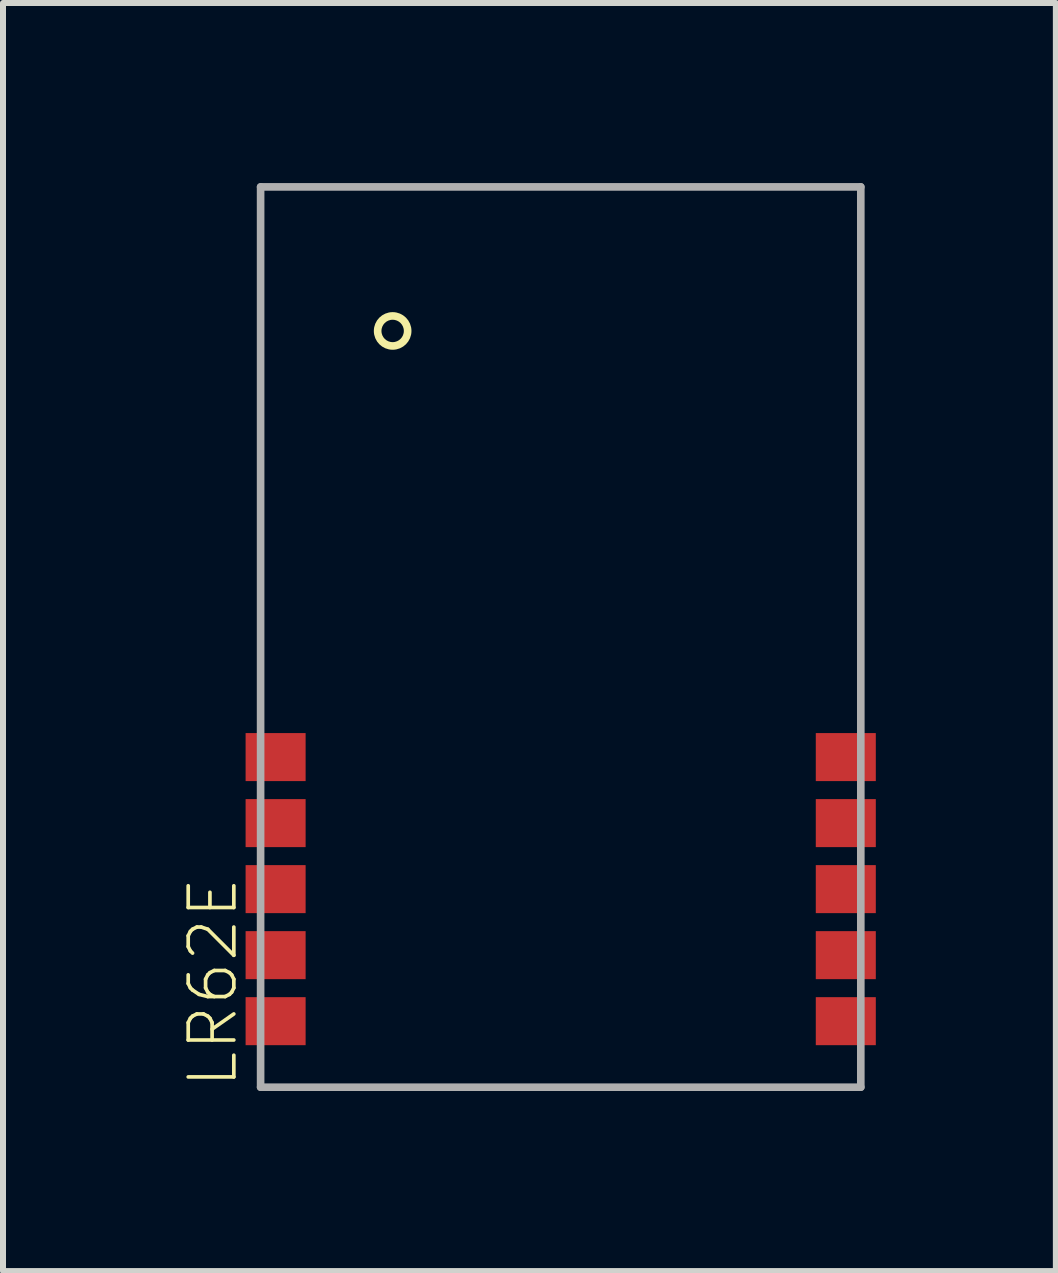
<source format=kicad_pcb>
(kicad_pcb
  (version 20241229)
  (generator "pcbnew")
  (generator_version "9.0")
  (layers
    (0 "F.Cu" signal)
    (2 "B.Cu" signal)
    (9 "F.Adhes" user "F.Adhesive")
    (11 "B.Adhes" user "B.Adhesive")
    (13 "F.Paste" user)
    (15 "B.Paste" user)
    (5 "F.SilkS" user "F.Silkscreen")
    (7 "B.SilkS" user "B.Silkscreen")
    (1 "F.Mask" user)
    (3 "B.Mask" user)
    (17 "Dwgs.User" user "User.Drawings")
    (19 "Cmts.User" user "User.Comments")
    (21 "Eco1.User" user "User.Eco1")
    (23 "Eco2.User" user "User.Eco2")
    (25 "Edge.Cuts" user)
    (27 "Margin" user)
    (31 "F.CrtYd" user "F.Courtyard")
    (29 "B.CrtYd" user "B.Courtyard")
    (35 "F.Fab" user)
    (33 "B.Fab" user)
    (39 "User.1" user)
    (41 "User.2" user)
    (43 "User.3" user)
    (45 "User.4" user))
  (footprint "LR62E"
    (layer "F.Cu")
    (at 6.292 7.564)
    (property "Reference" "LR62E" (at -5.35 7.55 90) (layer "F.SilkS") (effects (font (size 0.76 0.76) (thickness 0.061)) (justify left bottom)))
    (attr through_hole)
    (fp_circle (center -2.8 -5.1) (end -2.55 -5.1) (stroke (width 0.127) (type solid)) (fill no) (layer "F.SilkS"))
    (fp_line (start -5 -7.5) (end -5 7.5) (stroke (width 0.127) (type solid)) (layer "F.Fab"))
    (fp_line (start -5 7.5) (end 5 7.5) (stroke (width 0.127) (type solid)) (layer "F.Fab"))
    (fp_line (start 5 -7.5) (end -5 -7.5) (stroke (width 0.127) (type solid)) (layer "F.Fab"))
    (fp_line (start 5 7.5) (end 5 -7.5) (stroke (width 0.127) (type solid)) (layer "F.Fab"))
    (pad "1" smd rect (at -4.75 2 180) (size 1 0.8) (layers "F.Cu" "F.Mask" "F.Paste"))
    (pad "2" smd rect (at -4.75 3.1) (size 1 0.8) (layers "F.Cu" "F.Mask" "F.Paste"))
    (pad "3" smd rect (at -4.75 4.2 180) (size 1 0.8) (layers "F.Cu" "F.Mask" "F.Paste"))
    (pad "4" smd rect (at -4.75 5.3) (size 1 0.8) (layers "F.Cu" "F.Mask" "F.Paste"))
    (pad "5" smd rect (at -4.75 6.4) (size 1 0.8) (layers "F.Cu" "F.Mask" "F.Paste"))
    (pad "6" smd rect (at 4.75 6.4) (size 1 0.8) (layers "F.Cu" "F.Mask" "F.Paste"))
    (pad "7" smd rect (at 4.75 5.3) (size 1 0.8) (layers "F.Cu" "F.Mask" "F.Paste"))
    (pad "8" smd rect (at 4.75 4.2) (size 1 0.8) (layers "F.Cu" "F.Mask" "F.Paste"))
    (pad "9" smd rect (at 4.75 3.1) (size 1 0.8) (layers "F.Cu" "F.Mask" "F.Paste"))
    (pad "10" smd rect (at 4.75 2) (size 1 0.8) (layers "F.Cu" "F.Mask" "F.Paste")))
  (gr_rect
    (start -3 -3)
    (end 14.542 18.127)
    (stroke (width 0.1) (type default))
    (fill no)
    (layer "Edge.Cuts")))
</source>
